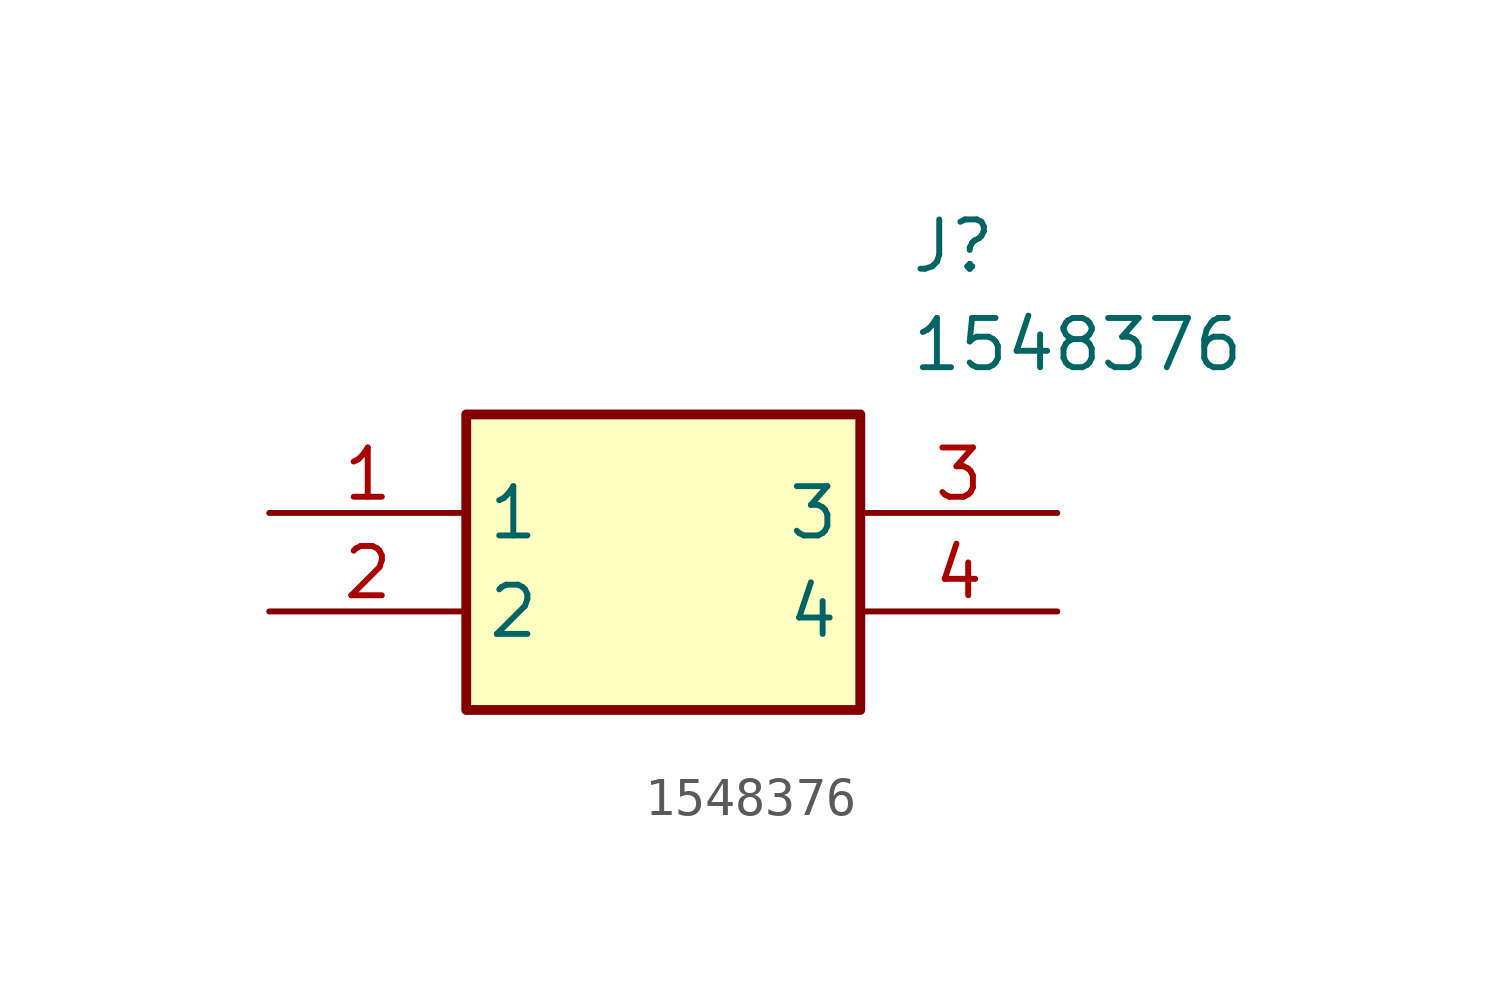
<source format=kicad_sym>
(kicad_symbol_lib
  (version 20211014)
  (generator SamacSys_ECAD_Model)
  (symbol "1548376"
    (property "Reference" "J"
      (at 16.51 7.62 0)
      (effects (font (size 1.27 1.27)) (justify left top)))
    (property "Value" "1548376"
      (at 16.51 5.08 0)
      (effects (font (size 1.27 1.27)) (justify left top)))
    (rectangle
      (start 5.08 2.54)
      (end 15.24 -5.08)
      (stroke (width 0.254) (type default))
      (fill (type background)))
    (pin passive line
      (at 0 0 0)
      (length 5.08)
      (name "1" (effects (font (size 1.27 1.27))))
      (number "1" (effects (font (size 1.27 1.27)))))
    (pin passive line
      (at 0 -2.54 0)
      (length 5.08)
      (name "2" (effects (font (size 1.27 1.27))))
      (number "2" (effects (font (size 1.27 1.27)))))
    (pin passive line
      (at 20.32 0 180)
      (length 5.08)
      (name "3" (effects (font (size 1.27 1.27))))
      (number "3" (effects (font (size 1.27 1.27)))))
    (pin passive line
      (at 20.32 -2.54 180)
      (length 5.08)
      (name "4" (effects (font (size 1.27 1.27))))
      (number "4" (effects (font (size 1.27 1.27)))))))
</source>
